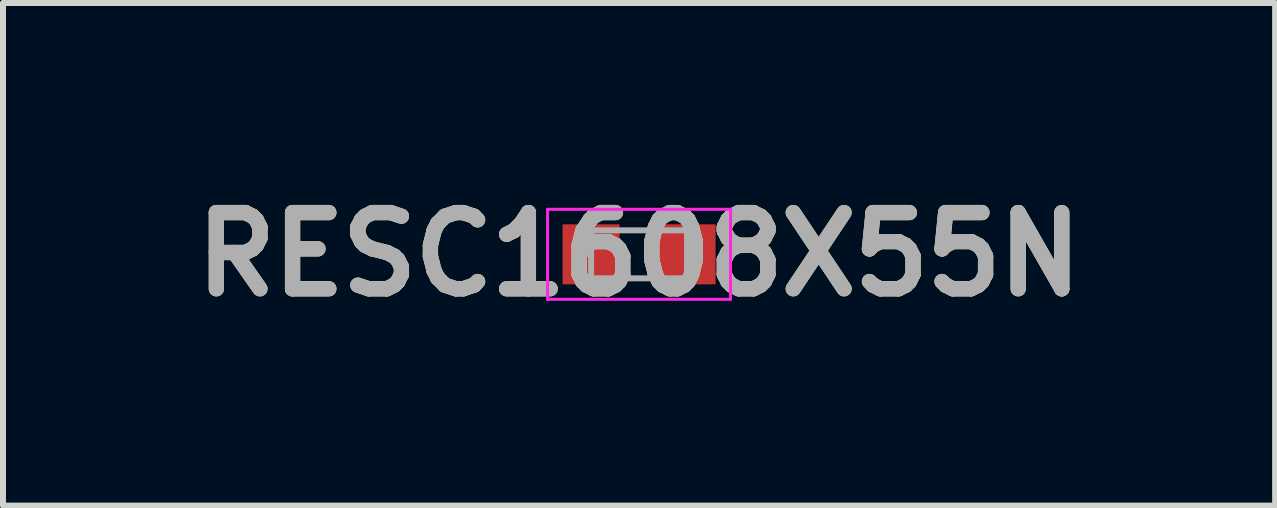
<source format=kicad_pcb>
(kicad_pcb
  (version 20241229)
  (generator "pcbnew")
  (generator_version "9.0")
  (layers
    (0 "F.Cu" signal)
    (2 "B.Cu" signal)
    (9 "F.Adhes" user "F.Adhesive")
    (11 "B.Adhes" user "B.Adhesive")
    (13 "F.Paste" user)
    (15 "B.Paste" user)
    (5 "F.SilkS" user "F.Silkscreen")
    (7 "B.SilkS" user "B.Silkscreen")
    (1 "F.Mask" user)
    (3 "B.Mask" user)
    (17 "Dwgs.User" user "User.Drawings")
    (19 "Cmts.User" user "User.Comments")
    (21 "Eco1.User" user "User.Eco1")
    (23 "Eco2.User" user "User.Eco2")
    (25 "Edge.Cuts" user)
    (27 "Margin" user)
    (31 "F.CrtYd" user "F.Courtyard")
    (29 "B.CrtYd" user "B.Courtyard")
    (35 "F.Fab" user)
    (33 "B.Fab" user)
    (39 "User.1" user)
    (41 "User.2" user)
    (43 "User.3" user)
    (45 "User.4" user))
  (footprint "RESC1608X55N"
    (layer "F.Cu")
    (at 7.602 1.189)
    (property "Reference" "RESC1608X55N" (at 0 0 0) (layer "F.SilkS") (effects (font (size 1.27 1.27) (thickness 0.254))))
    (attr smd)
    (fp_line (start -1.525 -0.75) (end 1.525 -0.75) (stroke (width 0.05) (type solid)) (layer "F.CrtYd"))
    (fp_line (start -1.525 0.75) (end -1.525 -0.75) (stroke (width 0.05) (type solid)) (layer "F.CrtYd"))
    (fp_line (start 1.525 -0.75) (end 1.525 0.75) (stroke (width 0.05) (type solid)) (layer "F.CrtYd"))
    (fp_line (start 1.525 0.75) (end -1.525 0.75) (stroke (width 0.05) (type solid)) (layer "F.CrtYd"))
    (fp_line (start -0.8 -0.4) (end 0.8 -0.4) (stroke (width 0.1) (type solid)) (layer "F.Fab"))
    (fp_line (start -0.8 0.4) (end -0.8 -0.4) (stroke (width 0.1) (type solid)) (layer "F.Fab"))
    (fp_line (start 0.8 -0.4) (end 0.8 0.4) (stroke (width 0.1) (type solid)) (layer "F.Fab"))
    (fp_line (start 0.8 0.4) (end -0.8 0.4) (stroke (width 0.1) (type solid)) (layer "F.Fab"))
    (fp_text user "${REFERENCE}" (at 0 0 0) (layer "F.Fab") (effects (font (size 1.27 1.27) (thickness 0.254))))
    (pad "1" smd rect (at -0.8 0) (size 0.95 1) (layers "F.Cu" "F.Mask" "F.Paste"))
    (pad "2" smd rect (at 0.8 0) (size 0.95 1) (layers "F.Cu" "F.Mask" "F.Paste")))
  (gr_rect
    (start -3 -3)
    (end 18.204 5.377)
    (stroke (width 0.1) (type default))
    (fill no)
    (layer "Edge.Cuts")))
</source>
